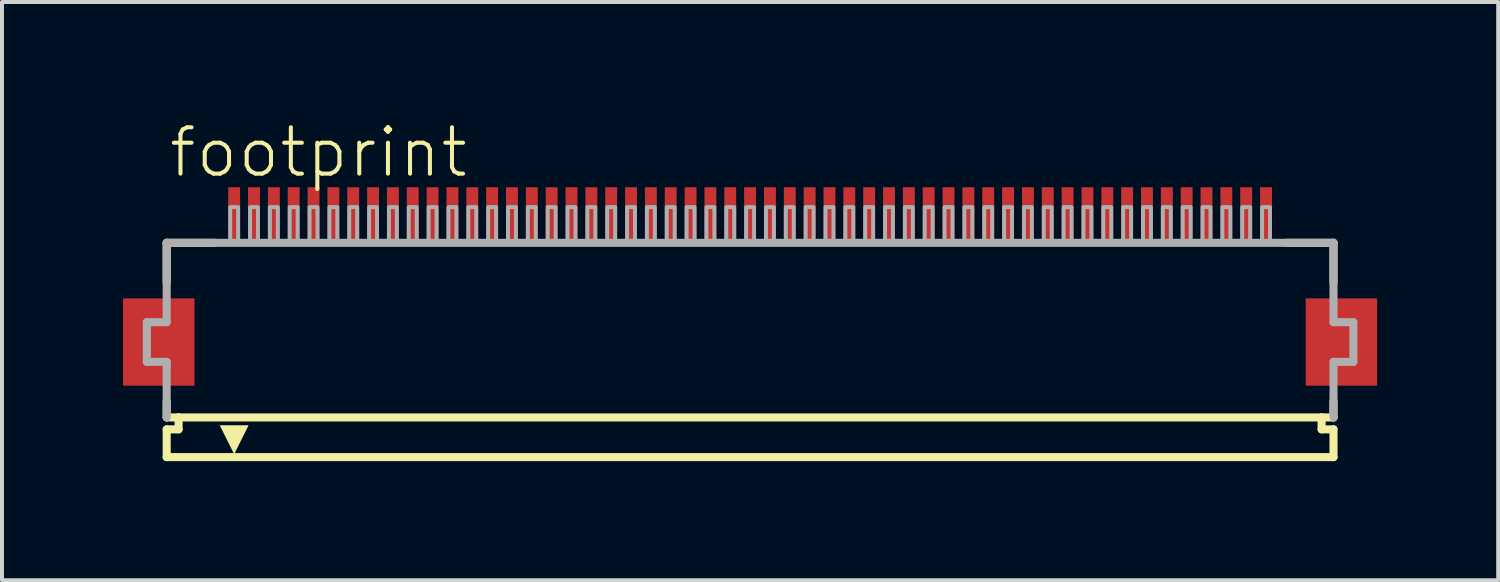
<source format=kicad_pcb>
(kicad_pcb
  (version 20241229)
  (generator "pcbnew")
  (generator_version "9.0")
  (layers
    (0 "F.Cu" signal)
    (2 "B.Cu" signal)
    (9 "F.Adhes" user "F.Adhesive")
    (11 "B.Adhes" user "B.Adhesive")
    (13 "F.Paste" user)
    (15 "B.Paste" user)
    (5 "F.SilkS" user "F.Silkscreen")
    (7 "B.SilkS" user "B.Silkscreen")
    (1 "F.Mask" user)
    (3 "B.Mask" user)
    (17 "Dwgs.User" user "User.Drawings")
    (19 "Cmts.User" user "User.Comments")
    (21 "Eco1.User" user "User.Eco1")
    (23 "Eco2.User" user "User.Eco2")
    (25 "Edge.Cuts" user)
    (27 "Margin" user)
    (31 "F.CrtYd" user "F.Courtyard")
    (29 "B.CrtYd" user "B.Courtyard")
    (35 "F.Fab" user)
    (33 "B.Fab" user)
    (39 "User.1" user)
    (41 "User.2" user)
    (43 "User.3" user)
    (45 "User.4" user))
  (footprint "footprint"
    (layer "F.Cu")
    (at 15.85 5.568)
    (property "Reference" "footprint" (at -14.698 -4.095 0) (layer "F.SilkS") (effects (font (size 1.168 1.168) (thickness 0.102)) (justify left bottom)))
    (fp_poly (pts (xy -14 -1.1) (xy -15.8 -1.1) (xy -15.8 1.1) (xy -14 1.1)) (stroke (width 0) (type solid)) (fill yes) (layer "F.Cu"))
    (fp_poly (pts (xy 15.8 -1.1) (xy 14 -1.1) (xy 14 1.1) (xy 15.8 1.1)) (stroke (width 0) (type solid)) (fill yes) (layer "F.Cu"))
    (fp_poly (pts (xy -13.95 -1.175) (xy -15.85 -1.175) (xy -15.85 1.175) (xy -13.95 1.175)) (stroke (width 0) (type solid)) (fill yes) (layer "F.Mask"))
    (fp_poly (pts (xy -13.2 -2.55) (xy -12.8 -2.55) (xy -12.8 -3.95) (xy -13.2 -3.95)) (stroke (width 0) (type solid)) (fill yes) (layer "F.Mask"))
    (fp_poly (pts (xy -12.7 -2.55) (xy -12.3 -2.55) (xy -12.3 -3.95) (xy -12.7 -3.95)) (stroke (width 0) (type solid)) (fill yes) (layer "F.Mask"))
    (fp_poly (pts (xy -12.2 -2.55) (xy -11.8 -2.55) (xy -11.8 -3.95) (xy -12.2 -3.95)) (stroke (width 0) (type solid)) (fill yes) (layer "F.Mask"))
    (fp_poly (pts (xy -11.7 -2.55) (xy -11.3 -2.55) (xy -11.3 -3.95) (xy -11.7 -3.95)) (stroke (width 0) (type solid)) (fill yes) (layer "F.Mask"))
    (fp_poly (pts (xy -11.2 -2.55) (xy -10.8 -2.55) (xy -10.8 -3.95) (xy -11.2 -3.95)) (stroke (width 0) (type solid)) (fill yes) (layer "F.Mask"))
    (fp_poly (pts (xy -10.7 -2.55) (xy -10.3 -2.55) (xy -10.3 -3.95) (xy -10.7 -3.95)) (stroke (width 0) (type solid)) (fill yes) (layer "F.Mask"))
    (fp_poly (pts (xy -10.2 -2.55) (xy -9.8 -2.55) (xy -9.8 -3.95) (xy -10.2 -3.95)) (stroke (width 0) (type solid)) (fill yes) (layer "F.Mask"))
    (fp_poly (pts (xy -9.7 -2.55) (xy -9.3 -2.55) (xy -9.3 -3.95) (xy -9.7 -3.95)) (stroke (width 0) (type solid)) (fill yes) (layer "F.Mask"))
    (fp_poly (pts (xy -9.2 -2.55) (xy -8.8 -2.55) (xy -8.8 -3.95) (xy -9.2 -3.95)) (stroke (width 0) (type solid)) (fill yes) (layer "F.Mask"))
    (fp_poly (pts (xy -8.7 -2.55) (xy -8.3 -2.55) (xy -8.3 -3.95) (xy -8.7 -3.95)) (stroke (width 0) (type solid)) (fill yes) (layer "F.Mask"))
    (fp_poly (pts (xy -8.2 -2.55) (xy -7.8 -2.55) (xy -7.8 -3.95) (xy -8.2 -3.95)) (stroke (width 0) (type solid)) (fill yes) (layer "F.Mask"))
    (fp_poly (pts (xy -7.7 -2.55) (xy -7.3 -2.55) (xy -7.3 -3.95) (xy -7.7 -3.95)) (stroke (width 0) (type solid)) (fill yes) (layer "F.Mask"))
    (fp_poly (pts (xy -7.2 -2.55) (xy -6.8 -2.55) (xy -6.8 -3.95) (xy -7.2 -3.95)) (stroke (width 0) (type solid)) (fill yes) (layer "F.Mask"))
    (fp_poly (pts (xy -6.7 -2.55) (xy -6.3 -2.55) (xy -6.3 -3.95) (xy -6.7 -3.95)) (stroke (width 0) (type solid)) (fill yes) (layer "F.Mask"))
    (fp_poly (pts (xy -6.2 -2.55) (xy -5.8 -2.55) (xy -5.8 -3.95) (xy -6.2 -3.95)) (stroke (width 0) (type solid)) (fill yes) (layer "F.Mask"))
    (fp_poly (pts (xy -5.7 -2.55) (xy -5.3 -2.55) (xy -5.3 -3.95) (xy -5.7 -3.95)) (stroke (width 0) (type solid)) (fill yes) (layer "F.Mask"))
    (fp_poly (pts (xy -5.2 -2.55) (xy -4.8 -2.55) (xy -4.8 -3.95) (xy -5.2 -3.95)) (stroke (width 0) (type solid)) (fill yes) (layer "F.Mask"))
    (fp_poly (pts (xy -4.7 -2.55) (xy -4.3 -2.55) (xy -4.3 -3.95) (xy -4.7 -3.95)) (stroke (width 0) (type solid)) (fill yes) (layer "F.Mask"))
    (fp_poly (pts (xy -4.2 -2.55) (xy -3.8 -2.55) (xy -3.8 -3.95) (xy -4.2 -3.95)) (stroke (width 0) (type solid)) (fill yes) (layer "F.Mask"))
    (fp_poly (pts (xy -3.7 -2.55) (xy -3.3 -2.55) (xy -3.3 -3.95) (xy -3.7 -3.95)) (stroke (width 0) (type solid)) (fill yes) (layer "F.Mask"))
    (fp_poly (pts (xy -3.2 -2.55) (xy -2.8 -2.55) (xy -2.8 -3.95) (xy -3.2 -3.95)) (stroke (width 0) (type solid)) (fill yes) (layer "F.Mask"))
    (fp_poly (pts (xy -2.7 -2.55) (xy -2.3 -2.55) (xy -2.3 -3.95) (xy -2.7 -3.95)) (stroke (width 0) (type solid)) (fill yes) (layer "F.Mask"))
    (fp_poly (pts (xy -2.2 -2.55) (xy -1.8 -2.55) (xy -1.8 -3.95) (xy -2.2 -3.95)) (stroke (width 0) (type solid)) (fill yes) (layer "F.Mask"))
    (fp_poly (pts (xy -1.7 -2.55) (xy -1.3 -2.55) (xy -1.3 -3.95) (xy -1.7 -3.95)) (stroke (width 0) (type solid)) (fill yes) (layer "F.Mask"))
    (fp_poly (pts (xy -1.2 -2.55) (xy -0.8 -2.55) (xy -0.8 -3.95) (xy -1.2 -3.95)) (stroke (width 0) (type solid)) (fill yes) (layer "F.Mask"))
    (fp_poly (pts (xy -0.7 -2.55) (xy -0.3 -2.55) (xy -0.3 -3.95) (xy -0.7 -3.95)) (stroke (width 0) (type solid)) (fill yes) (layer "F.Mask"))
    (fp_poly (pts (xy -0.2 -2.55) (xy 0.2 -2.55) (xy 0.2 -3.95) (xy -0.2 -3.95)) (stroke (width 0) (type solid)) (fill yes) (layer "F.Mask"))
    (fp_poly (pts (xy 0.3 -2.55) (xy 0.7 -2.55) (xy 0.7 -3.95) (xy 0.3 -3.95)) (stroke (width 0) (type solid)) (fill yes) (layer "F.Mask"))
    (fp_poly (pts (xy 0.8 -2.55) (xy 1.2 -2.55) (xy 1.2 -3.95) (xy 0.8 -3.95)) (stroke (width 0) (type solid)) (fill yes) (layer "F.Mask"))
    (fp_poly (pts (xy 1.3 -2.55) (xy 1.7 -2.55) (xy 1.7 -3.95) (xy 1.3 -3.95)) (stroke (width 0) (type solid)) (fill yes) (layer "F.Mask"))
    (fp_poly (pts (xy 1.8 -2.55) (xy 2.2 -2.55) (xy 2.2 -3.95) (xy 1.8 -3.95)) (stroke (width 0) (type solid)) (fill yes) (layer "F.Mask"))
    (fp_poly (pts (xy 2.3 -2.55) (xy 2.7 -2.55) (xy 2.7 -3.95) (xy 2.3 -3.95)) (stroke (width 0) (type solid)) (fill yes) (layer "F.Mask"))
    (fp_poly (pts (xy 2.8 -2.55) (xy 3.2 -2.55) (xy 3.2 -3.95) (xy 2.8 -3.95)) (stroke (width 0) (type solid)) (fill yes) (layer "F.Mask"))
    (fp_poly (pts (xy 3.3 -2.55) (xy 3.7 -2.55) (xy 3.7 -3.95) (xy 3.3 -3.95)) (stroke (width 0) (type solid)) (fill yes) (layer "F.Mask"))
    (fp_poly (pts (xy 3.8 -2.55) (xy 4.2 -2.55) (xy 4.2 -3.95) (xy 3.8 -3.95)) (stroke (width 0) (type solid)) (fill yes) (layer "F.Mask"))
    (fp_poly (pts (xy 4.3 -2.55) (xy 4.7 -2.55) (xy 4.7 -3.95) (xy 4.3 -3.95)) (stroke (width 0) (type solid)) (fill yes) (layer "F.Mask"))
    (fp_poly (pts (xy 4.8 -2.55) (xy 5.2 -2.55) (xy 5.2 -3.95) (xy 4.8 -3.95)) (stroke (width 0) (type solid)) (fill yes) (layer "F.Mask"))
    (fp_poly (pts (xy 5.3 -2.55) (xy 5.7 -2.55) (xy 5.7 -3.95) (xy 5.3 -3.95)) (stroke (width 0) (type solid)) (fill yes) (layer "F.Mask"))
    (fp_poly (pts (xy 5.8 -2.55) (xy 6.2 -2.55) (xy 6.2 -3.95) (xy 5.8 -3.95)) (stroke (width 0) (type solid)) (fill yes) (layer "F.Mask"))
    (fp_poly (pts (xy 6.3 -2.55) (xy 6.7 -2.55) (xy 6.7 -3.95) (xy 6.3 -3.95)) (stroke (width 0) (type solid)) (fill yes) (layer "F.Mask"))
    (fp_poly (pts (xy 6.8 -2.55) (xy 7.2 -2.55) (xy 7.2 -3.95) (xy 6.8 -3.95)) (stroke (width 0) (type solid)) (fill yes) (layer "F.Mask"))
    (fp_poly (pts (xy 7.3 -2.55) (xy 7.7 -2.55) (xy 7.7 -3.95) (xy 7.3 -3.95)) (stroke (width 0) (type solid)) (fill yes) (layer "F.Mask"))
    (fp_poly (pts (xy 7.8 -2.55) (xy 8.2 -2.55) (xy 8.2 -3.95) (xy 7.8 -3.95)) (stroke (width 0) (type solid)) (fill yes) (layer "F.Mask"))
    (fp_poly (pts (xy 8.3 -2.55) (xy 8.7 -2.55) (xy 8.7 -3.95) (xy 8.3 -3.95)) (stroke (width 0) (type solid)) (fill yes) (layer "F.Mask"))
    (fp_poly (pts (xy 8.8 -2.55) (xy 9.2 -2.55) (xy 9.2 -3.95) (xy 8.8 -3.95)) (stroke (width 0) (type solid)) (fill yes) (layer "F.Mask"))
    (fp_poly (pts (xy 9.3 -2.55) (xy 9.7 -2.55) (xy 9.7 -3.95) (xy 9.3 -3.95)) (stroke (width 0) (type solid)) (fill yes) (layer "F.Mask"))
    (fp_poly (pts (xy 9.8 -2.55) (xy 10.2 -2.55) (xy 10.2 -3.95) (xy 9.8 -3.95)) (stroke (width 0) (type solid)) (fill yes) (layer "F.Mask"))
    (fp_poly (pts (xy 10.3 -2.55) (xy 10.7 -2.55) (xy 10.7 -3.95) (xy 10.3 -3.95)) (stroke (width 0) (type solid)) (fill yes) (layer "F.Mask"))
    (fp_poly (pts (xy 10.8 -2.55) (xy 11.2 -2.55) (xy 11.2 -3.95) (xy 10.8 -3.95)) (stroke (width 0) (type solid)) (fill yes) (layer "F.Mask"))
    (fp_poly (pts (xy 11.3 -2.55) (xy 11.7 -2.55) (xy 11.7 -3.95) (xy 11.3 -3.95)) (stroke (width 0) (type solid)) (fill yes) (layer "F.Mask"))
    (fp_poly (pts (xy 11.8 -2.55) (xy 12.2 -2.55) (xy 12.2 -3.95) (xy 11.8 -3.95)) (stroke (width 0) (type solid)) (fill yes) (layer "F.Mask"))
    (fp_poly (pts (xy 12.3 -2.55) (xy 12.7 -2.55) (xy 12.7 -3.95) (xy 12.3 -3.95)) (stroke (width 0) (type solid)) (fill yes) (layer "F.Mask"))
    (fp_poly (pts (xy 12.8 -2.55) (xy 13.2 -2.55) (xy 13.2 -3.95) (xy 12.8 -3.95)) (stroke (width 0) (type solid)) (fill yes) (layer "F.Mask"))
    (fp_poly (pts (xy 15.85 -1.175) (xy 13.95 -1.175) (xy 13.95 1.175) (xy 15.85 1.175)) (stroke (width 0) (type solid)) (fill yes) (layer "F.Mask"))
    (fp_line (start -14.7 -2.5) (end -14.7 -1.5) (stroke (width 0.203) (type solid)) (layer "F.SilkS"))
    (fp_line (start -14.7 1.5) (end -14.7 1.9) (stroke (width 0.203) (type solid)) (layer "F.SilkS"))
    (fp_line (start -14.7 1.9) (end -14.4 1.9) (stroke (width 0.203) (type solid)) (layer "F.SilkS"))
    (fp_line (start -14.7 2.2) (end -14.7 2.9) (stroke (width 0.203) (type solid)) (layer "F.SilkS"))
    (fp_line (start -14.4 1.9) (end -14.4 2.2) (stroke (width 0.203) (type solid)) (layer "F.SilkS"))
    (fp_line (start -14.4 2.2) (end -14.7 2.2) (stroke (width 0.203) (type solid)) (layer "F.SilkS"))
    (fp_line (start -13.5 -2.5) (end -14.7 -2.5) (stroke (width 0.203) (type solid)) (layer "F.SilkS"))
    (fp_line (start 14.4 1.9) (end -14.4 1.9) (stroke (width 0.203) (type solid)) (layer "F.SilkS"))
    (fp_line (start 14.4 1.9) (end 14.7 1.9) (stroke (width 0.203) (type solid)) (layer "F.SilkS"))
    (fp_line (start 14.4 2.2) (end 14.4 1.9) (stroke (width 0.203) (type solid)) (layer "F.SilkS"))
    (fp_line (start 14.7 -2.5) (end 13.5 -2.5) (stroke (width 0.203) (type solid)) (layer "F.SilkS"))
    (fp_line (start 14.7 -1.5) (end 14.7 -2.5) (stroke (width 0.203) (type solid)) (layer "F.SilkS"))
    (fp_line (start 14.7 1.9) (end 14.7 1.5) (stroke (width 0.203) (type solid)) (layer "F.SilkS"))
    (fp_line (start 14.7 2.2) (end 14.4 2.2) (stroke (width 0.203) (type solid)) (layer "F.SilkS"))
    (fp_line (start 14.7 2.9) (end -14.7 2.9) (stroke (width 0.203) (type solid)) (layer "F.SilkS"))
    (fp_line (start 14.7 2.9) (end 14.7 2.2) (stroke (width 0.203) (type solid)) (layer "F.SilkS"))
    (fp_poly (pts (xy -13 2.827) (xy -13.364 2.098) (xy -12.636 2.098)) (stroke (width 0) (type solid)) (fill yes) (layer "F.SilkS"))
    (fp_poly (pts (xy -14.075 -1.025) (xy -15.725 -1.025) (xy -15.725 1.025) (xy -14.075 1.025)) (stroke (width 0) (type solid)) (fill yes) (layer "F.Paste"))
    (fp_poly (pts (xy -13.125 -2.625) (xy -12.875 -2.625) (xy -12.875 -3.875) (xy -13.125 -3.875)) (stroke (width 0) (type solid)) (fill yes) (layer "F.Paste"))
    (fp_poly (pts (xy -12.625 -2.625) (xy -12.375 -2.625) (xy -12.375 -3.875) (xy -12.625 -3.875)) (stroke (width 0) (type solid)) (fill yes) (layer "F.Paste"))
    (fp_poly (pts (xy -12.125 -2.625) (xy -11.875 -2.625) (xy -11.875 -3.875) (xy -12.125 -3.875)) (stroke (width 0) (type solid)) (fill yes) (layer "F.Paste"))
    (fp_poly (pts (xy -11.625 -2.625) (xy -11.375 -2.625) (xy -11.375 -3.875) (xy -11.625 -3.875)) (stroke (width 0) (type solid)) (fill yes) (layer "F.Paste"))
    (fp_poly (pts (xy -11.125 -2.625) (xy -10.875 -2.625) (xy -10.875 -3.875) (xy -11.125 -3.875)) (stroke (width 0) (type solid)) (fill yes) (layer "F.Paste"))
    (fp_poly (pts (xy -10.625 -2.625) (xy -10.375 -2.625) (xy -10.375 -3.875) (xy -10.625 -3.875)) (stroke (width 0) (type solid)) (fill yes) (layer "F.Paste"))
    (fp_poly (pts (xy -10.125 -2.625) (xy -9.875 -2.625) (xy -9.875 -3.875) (xy -10.125 -3.875)) (stroke (width 0) (type solid)) (fill yes) (layer "F.Paste"))
    (fp_poly (pts (xy -9.625 -2.625) (xy -9.375 -2.625) (xy -9.375 -3.875) (xy -9.625 -3.875)) (stroke (width 0) (type solid)) (fill yes) (layer "F.Paste"))
    (fp_poly (pts (xy -9.125 -2.625) (xy -8.875 -2.625) (xy -8.875 -3.875) (xy -9.125 -3.875)) (stroke (width 0) (type solid)) (fill yes) (layer "F.Paste"))
    (fp_poly (pts (xy -8.625 -2.625) (xy -8.375 -2.625) (xy -8.375 -3.875) (xy -8.625 -3.875)) (stroke (width 0) (type solid)) (fill yes) (layer "F.Paste"))
    (fp_poly (pts (xy -8.125 -2.625) (xy -7.875 -2.625) (xy -7.875 -3.875) (xy -8.125 -3.875)) (stroke (width 0) (type solid)) (fill yes) (layer "F.Paste"))
    (fp_poly (pts (xy -7.625 -2.625) (xy -7.375 -2.625) (xy -7.375 -3.875) (xy -7.625 -3.875)) (stroke (width 0) (type solid)) (fill yes) (layer "F.Paste"))
    (fp_poly (pts (xy -7.125 -2.625) (xy -6.875 -2.625) (xy -6.875 -3.875) (xy -7.125 -3.875)) (stroke (width 0) (type solid)) (fill yes) (layer "F.Paste"))
    (fp_poly (pts (xy -6.625 -2.625) (xy -6.375 -2.625) (xy -6.375 -3.875) (xy -6.625 -3.875)) (stroke (width 0) (type solid)) (fill yes) (layer "F.Paste"))
    (fp_poly (pts (xy -6.125 -2.625) (xy -5.875 -2.625) (xy -5.875 -3.875) (xy -6.125 -3.875)) (stroke (width 0) (type solid)) (fill yes) (layer "F.Paste"))
    (fp_poly (pts (xy -5.625 -2.625) (xy -5.375 -2.625) (xy -5.375 -3.875) (xy -5.625 -3.875)) (stroke (width 0) (type solid)) (fill yes) (layer "F.Paste"))
    (fp_poly (pts (xy -5.125 -2.625) (xy -4.875 -2.625) (xy -4.875 -3.875) (xy -5.125 -3.875)) (stroke (width 0) (type solid)) (fill yes) (layer "F.Paste"))
    (fp_poly (pts (xy -4.625 -2.625) (xy -4.375 -2.625) (xy -4.375 -3.875) (xy -4.625 -3.875)) (stroke (width 0) (type solid)) (fill yes) (layer "F.Paste"))
    (fp_poly (pts (xy -4.125 -2.625) (xy -3.875 -2.625) (xy -3.875 -3.875) (xy -4.125 -3.875)) (stroke (width 0) (type solid)) (fill yes) (layer "F.Paste"))
    (fp_poly (pts (xy -3.625 -2.625) (xy -3.375 -2.625) (xy -3.375 -3.875) (xy -3.625 -3.875)) (stroke (width 0) (type solid)) (fill yes) (layer "F.Paste"))
    (fp_poly (pts (xy -3.125 -2.625) (xy -2.875 -2.625) (xy -2.875 -3.875) (xy -3.125 -3.875)) (stroke (width 0) (type solid)) (fill yes) (layer "F.Paste"))
    (fp_poly (pts (xy -2.625 -2.625) (xy -2.375 -2.625) (xy -2.375 -3.875) (xy -2.625 -3.875)) (stroke (width 0) (type solid)) (fill yes) (layer "F.Paste"))
    (fp_poly (pts (xy -2.125 -2.625) (xy -1.875 -2.625) (xy -1.875 -3.875) (xy -2.125 -3.875)) (stroke (width 0) (type solid)) (fill yes) (layer "F.Paste"))
    (fp_poly (pts (xy -1.625 -2.625) (xy -1.375 -2.625) (xy -1.375 -3.875) (xy -1.625 -3.875)) (stroke (width 0) (type solid)) (fill yes) (layer "F.Paste"))
    (fp_poly (pts (xy -1.125 -2.625) (xy -0.875 -2.625) (xy -0.875 -3.875) (xy -1.125 -3.875)) (stroke (width 0) (type solid)) (fill yes) (layer "F.Paste"))
    (fp_poly (pts (xy -0.625 -2.625) (xy -0.375 -2.625) (xy -0.375 -3.875) (xy -0.625 -3.875)) (stroke (width 0) (type solid)) (fill yes) (layer "F.Paste"))
    (fp_poly (pts (xy -0.125 -2.625) (xy 0.125 -2.625) (xy 0.125 -3.875) (xy -0.125 -3.875)) (stroke (width 0) (type solid)) (fill yes) (layer "F.Paste"))
    (fp_poly (pts (xy 0.375 -2.625) (xy 0.625 -2.625) (xy 0.625 -3.875) (xy 0.375 -3.875)) (stroke (width 0) (type solid)) (fill yes) (layer "F.Paste"))
    (fp_poly (pts (xy 0.875 -2.625) (xy 1.125 -2.625) (xy 1.125 -3.875) (xy 0.875 -3.875)) (stroke (width 0) (type solid)) (fill yes) (layer "F.Paste"))
    (fp_poly (pts (xy 1.375 -2.625) (xy 1.625 -2.625) (xy 1.625 -3.875) (xy 1.375 -3.875)) (stroke (width 0) (type solid)) (fill yes) (layer "F.Paste"))
    (fp_poly (pts (xy 1.875 -2.625) (xy 2.125 -2.625) (xy 2.125 -3.875) (xy 1.875 -3.875)) (stroke (width 0) (type solid)) (fill yes) (layer "F.Paste"))
    (fp_poly (pts (xy 2.375 -2.625) (xy 2.625 -2.625) (xy 2.625 -3.875) (xy 2.375 -3.875)) (stroke (width 0) (type solid)) (fill yes) (layer "F.Paste"))
    (fp_poly (pts (xy 2.875 -2.625) (xy 3.125 -2.625) (xy 3.125 -3.875) (xy 2.875 -3.875)) (stroke (width 0) (type solid)) (fill yes) (layer "F.Paste"))
    (fp_poly (pts (xy 3.375 -2.625) (xy 3.625 -2.625) (xy 3.625 -3.875) (xy 3.375 -3.875)) (stroke (width 0) (type solid)) (fill yes) (layer "F.Paste"))
    (fp_poly (pts (xy 3.875 -2.625) (xy 4.125 -2.625) (xy 4.125 -3.875) (xy 3.875 -3.875)) (stroke (width 0) (type solid)) (fill yes) (layer "F.Paste"))
    (fp_poly (pts (xy 4.375 -2.625) (xy 4.625 -2.625) (xy 4.625 -3.875) (xy 4.375 -3.875)) (stroke (width 0) (type solid)) (fill yes) (layer "F.Paste"))
    (fp_poly (pts (xy 4.875 -2.625) (xy 5.125 -2.625) (xy 5.125 -3.875) (xy 4.875 -3.875)) (stroke (width 0) (type solid)) (fill yes) (layer "F.Paste"))
    (fp_poly (pts (xy 5.375 -2.625) (xy 5.625 -2.625) (xy 5.625 -3.875) (xy 5.375 -3.875)) (stroke (width 0) (type solid)) (fill yes) (layer "F.Paste"))
    (fp_poly (pts (xy 5.875 -2.625) (xy 6.125 -2.625) (xy 6.125 -3.875) (xy 5.875 -3.875)) (stroke (width 0) (type solid)) (fill yes) (layer "F.Paste"))
    (fp_poly (pts (xy 6.375 -2.625) (xy 6.625 -2.625) (xy 6.625 -3.875) (xy 6.375 -3.875)) (stroke (width 0) (type solid)) (fill yes) (layer "F.Paste"))
    (fp_poly (pts (xy 6.875 -2.625) (xy 7.125 -2.625) (xy 7.125 -3.875) (xy 6.875 -3.875)) (stroke (width 0) (type solid)) (fill yes) (layer "F.Paste"))
    (fp_poly (pts (xy 7.375 -2.625) (xy 7.625 -2.625) (xy 7.625 -3.875) (xy 7.375 -3.875)) (stroke (width 0) (type solid)) (fill yes) (layer "F.Paste"))
    (fp_poly (pts (xy 7.875 -2.625) (xy 8.125 -2.625) (xy 8.125 -3.875) (xy 7.875 -3.875)) (stroke (width 0) (type solid)) (fill yes) (layer "F.Paste"))
    (fp_poly (pts (xy 8.375 -2.625) (xy 8.625 -2.625) (xy 8.625 -3.875) (xy 8.375 -3.875)) (stroke (width 0) (type solid)) (fill yes) (layer "F.Paste"))
    (fp_poly (pts (xy 8.875 -2.625) (xy 9.125 -2.625) (xy 9.125 -3.875) (xy 8.875 -3.875)) (stroke (width 0) (type solid)) (fill yes) (layer "F.Paste"))
    (fp_poly (pts (xy 9.375 -2.625) (xy 9.625 -2.625) (xy 9.625 -3.875) (xy 9.375 -3.875)) (stroke (width 0) (type solid)) (fill yes) (layer "F.Paste"))
    (fp_poly (pts (xy 9.875 -2.625) (xy 10.125 -2.625) (xy 10.125 -3.875) (xy 9.875 -3.875)) (stroke (width 0) (type solid)) (fill yes) (layer "F.Paste"))
    (fp_poly (pts (xy 10.375 -2.625) (xy 10.625 -2.625) (xy 10.625 -3.875) (xy 10.375 -3.875)) (stroke (width 0) (type solid)) (fill yes) (layer "F.Paste"))
    (fp_poly (pts (xy 10.875 -2.625) (xy 11.125 -2.625) (xy 11.125 -3.875) (xy 10.875 -3.875)) (stroke (width 0) (type solid)) (fill yes) (layer "F.Paste"))
    (fp_poly (pts (xy 11.375 -2.625) (xy 11.625 -2.625) (xy 11.625 -3.875) (xy 11.375 -3.875)) (stroke (width 0) (type solid)) (fill yes) (layer "F.Paste"))
    (fp_poly (pts (xy 11.875 -2.625) (xy 12.125 -2.625) (xy 12.125 -3.875) (xy 11.875 -3.875)) (stroke (width 0) (type solid)) (fill yes) (layer "F.Paste"))
    (fp_poly (pts (xy 12.375 -2.625) (xy 12.625 -2.625) (xy 12.625 -3.875) (xy 12.375 -3.875)) (stroke (width 0) (type solid)) (fill yes) (layer "F.Paste"))
    (fp_poly (pts (xy 12.875 -2.625) (xy 13.125 -2.625) (xy 13.125 -3.875) (xy 12.875 -3.875)) (stroke (width 0) (type solid)) (fill yes) (layer "F.Paste"))
    (fp_poly (pts (xy 15.725 -1.025) (xy 14.075 -1.025) (xy 14.075 1.025) (xy 15.725 1.025)) (stroke (width 0) (type solid)) (fill yes) (layer "F.Paste"))
    (fp_line (start -15.2 -0.5) (end -15.2 0.5) (stroke (width 0.203) (type solid)) (layer "F.Fab"))
    (fp_line (start -15.2 0.5) (end -14.7 0.5) (stroke (width 0.203) (type solid)) (layer "F.Fab"))
    (fp_line (start -14.7 -2.5) (end -14.7 -0.5) (stroke (width 0.203) (type solid)) (layer "F.Fab"))
    (fp_line (start -14.7 -0.5) (end -15.2 -0.5) (stroke (width 0.203) (type solid)) (layer "F.Fab"))
    (fp_line (start -14.7 0.5) (end -14.7 1.9) (stroke (width 0.203) (type solid)) (layer "F.Fab"))
    (fp_line (start 14.7 -2.5) (end -14.7 -2.5) (stroke (width 0.203) (type solid)) (layer "F.Fab"))
    (fp_line (start 14.7 -0.5) (end 14.7 -2.5) (stroke (width 0.203) (type solid)) (layer "F.Fab"))
    (fp_line (start 14.7 0.5) (end 15.2 0.5) (stroke (width 0.203) (type solid)) (layer "F.Fab"))
    (fp_line (start 14.7 1.9) (end 14.7 0.5) (stroke (width 0.203) (type solid)) (layer "F.Fab"))
    (fp_line (start 15.2 -0.5) (end 14.7 -0.5) (stroke (width 0.203) (type solid)) (layer "F.Fab"))
    (fp_line (start 15.2 0.5) (end 15.2 -0.5) (stroke (width 0.203) (type solid)) (layer "F.Fab"))
    (fp_poly (pts (xy -13.1 -2.55) (xy -12.9 -2.55) (xy -12.9 -3.4) (xy -13.1 -3.4)) (stroke (width 0.1) (type solid)) (fill no) (layer "F.Fab"))
    (fp_poly (pts (xy -12.6 -2.55) (xy -12.4 -2.55) (xy -12.4 -3.4) (xy -12.6 -3.4)) (stroke (width 0.1) (type solid)) (fill no) (layer "F.Fab"))
    (fp_poly (pts (xy -12.1 -2.55) (xy -11.9 -2.55) (xy -11.9 -3.4) (xy -12.1 -3.4)) (stroke (width 0.1) (type solid)) (fill no) (layer "F.Fab"))
    (fp_poly (pts (xy -11.6 -2.55) (xy -11.4 -2.55) (xy -11.4 -3.4) (xy -11.6 -3.4)) (stroke (width 0.1) (type solid)) (fill no) (layer "F.Fab"))
    (fp_poly (pts (xy -11.1 -2.55) (xy -10.9 -2.55) (xy -10.9 -3.4) (xy -11.1 -3.4)) (stroke (width 0.1) (type solid)) (fill no) (layer "F.Fab"))
    (fp_poly (pts (xy -10.6 -2.55) (xy -10.4 -2.55) (xy -10.4 -3.4) (xy -10.6 -3.4)) (stroke (width 0.1) (type solid)) (fill no) (layer "F.Fab"))
    (fp_poly (pts (xy -10.1 -2.55) (xy -9.9 -2.55) (xy -9.9 -3.4) (xy -10.1 -3.4)) (stroke (width 0.1) (type solid)) (fill no) (layer "F.Fab"))
    (fp_poly (pts (xy -9.6 -2.55) (xy -9.4 -2.55) (xy -9.4 -3.4) (xy -9.6 -3.4)) (stroke (width 0.1) (type solid)) (fill no) (layer "F.Fab"))
    (fp_poly (pts (xy -9.1 -2.55) (xy -8.9 -2.55) (xy -8.9 -3.4) (xy -9.1 -3.4)) (stroke (width 0.1) (type solid)) (fill no) (layer "F.Fab"))
    (fp_poly (pts (xy -8.6 -2.55) (xy -8.4 -2.55) (xy -8.4 -3.4) (xy -8.6 -3.4)) (stroke (width 0.1) (type solid)) (fill no) (layer "F.Fab"))
    (fp_poly (pts (xy -8.1 -2.55) (xy -7.9 -2.55) (xy -7.9 -3.4) (xy -8.1 -3.4)) (stroke (width 0.1) (type solid)) (fill no) (layer "F.Fab"))
    (fp_poly (pts (xy -7.6 -2.55) (xy -7.4 -2.55) (xy -7.4 -3.4) (xy -7.6 -3.4)) (stroke (width 0.1) (type solid)) (fill no) (layer "F.Fab"))
    (fp_poly (pts (xy -7.1 -2.55) (xy -6.9 -2.55) (xy -6.9 -3.4) (xy -7.1 -3.4)) (stroke (width 0.1) (type solid)) (fill no) (layer "F.Fab"))
    (fp_poly (pts (xy -6.6 -2.55) (xy -6.4 -2.55) (xy -6.4 -3.4) (xy -6.6 -3.4)) (stroke (width 0.1) (type solid)) (fill no) (layer "F.Fab"))
    (fp_poly (pts (xy -6.1 -2.55) (xy -5.9 -2.55) (xy -5.9 -3.4) (xy -6.1 -3.4)) (stroke (width 0.1) (type solid)) (fill no) (layer "F.Fab"))
    (fp_poly (pts (xy -5.6 -2.55) (xy -5.4 -2.55) (xy -5.4 -3.4) (xy -5.6 -3.4)) (stroke (width 0.1) (type solid)) (fill no) (layer "F.Fab"))
    (fp_poly (pts (xy -5.1 -2.55) (xy -4.9 -2.55) (xy -4.9 -3.4) (xy -5.1 -3.4)) (stroke (width 0.1) (type solid)) (fill no) (layer "F.Fab"))
    (fp_poly (pts (xy -4.6 -2.55) (xy -4.4 -2.55) (xy -4.4 -3.4) (xy -4.6 -3.4)) (stroke (width 0.1) (type solid)) (fill no) (layer "F.Fab"))
    (fp_poly (pts (xy -4.1 -2.55) (xy -3.9 -2.55) (xy -3.9 -3.4) (xy -4.1 -3.4)) (stroke (width 0.1) (type solid)) (fill no) (layer "F.Fab"))
    (fp_poly (pts (xy -3.6 -2.55) (xy -3.4 -2.55) (xy -3.4 -3.4) (xy -3.6 -3.4)) (stroke (width 0.1) (type solid)) (fill no) (layer "F.Fab"))
    (fp_poly (pts (xy -3.1 -2.55) (xy -2.9 -2.55) (xy -2.9 -3.4) (xy -3.1 -3.4)) (stroke (width 0.1) (type solid)) (fill no) (layer "F.Fab"))
    (fp_poly (pts (xy -2.6 -2.55) (xy -2.4 -2.55) (xy -2.4 -3.4) (xy -2.6 -3.4)) (stroke (width 0.1) (type solid)) (fill no) (layer "F.Fab"))
    (fp_poly (pts (xy -2.1 -2.55) (xy -1.9 -2.55) (xy -1.9 -3.4) (xy -2.1 -3.4)) (stroke (width 0.1) (type solid)) (fill no) (layer "F.Fab"))
    (fp_poly (pts (xy -1.6 -2.55) (xy -1.4 -2.55) (xy -1.4 -3.4) (xy -1.6 -3.4)) (stroke (width 0.1) (type solid)) (fill no) (layer "F.Fab"))
    (fp_poly (pts (xy -1.1 -2.55) (xy -0.9 -2.55) (xy -0.9 -3.4) (xy -1.1 -3.4)) (stroke (width 0.1) (type solid)) (fill no) (layer "F.Fab"))
    (fp_poly (pts (xy -0.6 -2.55) (xy -0.4 -2.55) (xy -0.4 -3.4) (xy -0.6 -3.4)) (stroke (width 0.1) (type solid)) (fill no) (layer "F.Fab"))
    (fp_poly (pts (xy -0.1 -2.55) (xy 0.1 -2.55) (xy 0.1 -3.4) (xy -0.1 -3.4)) (stroke (width 0.1) (type solid)) (fill no) (layer "F.Fab"))
    (fp_poly (pts (xy 0.4 -2.55) (xy 0.6 -2.55) (xy 0.6 -3.4) (xy 0.4 -3.4)) (stroke (width 0.1) (type solid)) (fill no) (layer "F.Fab"))
    (fp_poly (pts (xy 0.9 -2.55) (xy 1.1 -2.55) (xy 1.1 -3.4) (xy 0.9 -3.4)) (stroke (width 0.1) (type solid)) (fill no) (layer "F.Fab"))
    (fp_poly (pts (xy 1.4 -2.55) (xy 1.6 -2.55) (xy 1.6 -3.4) (xy 1.4 -3.4)) (stroke (width 0.1) (type solid)) (fill no) (layer "F.Fab"))
    (fp_poly (pts (xy 1.9 -2.55) (xy 2.1 -2.55) (xy 2.1 -3.4) (xy 1.9 -3.4)) (stroke (width 0.1) (type solid)) (fill no) (layer "F.Fab"))
    (fp_poly (pts (xy 2.4 -2.55) (xy 2.6 -2.55) (xy 2.6 -3.4) (xy 2.4 -3.4)) (stroke (width 0.1) (type solid)) (fill no) (layer "F.Fab"))
    (fp_poly (pts (xy 2.9 -2.55) (xy 3.1 -2.55) (xy 3.1 -3.4) (xy 2.9 -3.4)) (stroke (width 0.1) (type solid)) (fill no) (layer "F.Fab"))
    (fp_poly (pts (xy 3.4 -2.55) (xy 3.6 -2.55) (xy 3.6 -3.4) (xy 3.4 -3.4)) (stroke (width 0.1) (type solid)) (fill no) (layer "F.Fab"))
    (fp_poly (pts (xy 3.9 -2.55) (xy 4.1 -2.55) (xy 4.1 -3.4) (xy 3.9 -3.4)) (stroke (width 0.1) (type solid)) (fill no) (layer "F.Fab"))
    (fp_poly (pts (xy 4.4 -2.55) (xy 4.6 -2.55) (xy 4.6 -3.4) (xy 4.4 -3.4)) (stroke (width 0.1) (type solid)) (fill no) (layer "F.Fab"))
    (fp_poly (pts (xy 4.9 -2.55) (xy 5.1 -2.55) (xy 5.1 -3.4) (xy 4.9 -3.4)) (stroke (width 0.1) (type solid)) (fill no) (layer "F.Fab"))
    (fp_poly (pts (xy 5.4 -2.55) (xy 5.6 -2.55) (xy 5.6 -3.4) (xy 5.4 -3.4)) (stroke (width 0.1) (type solid)) (fill no) (layer "F.Fab"))
    (fp_poly (pts (xy 5.9 -2.55) (xy 6.1 -2.55) (xy 6.1 -3.4) (xy 5.9 -3.4)) (stroke (width 0.1) (type solid)) (fill no) (layer "F.Fab"))
    (fp_poly (pts (xy 6.4 -2.55) (xy 6.6 -2.55) (xy 6.6 -3.4) (xy 6.4 -3.4)) (stroke (width 0.1) (type solid)) (fill no) (layer "F.Fab"))
    (fp_poly (pts (xy 6.9 -2.55) (xy 7.1 -2.55) (xy 7.1 -3.4) (xy 6.9 -3.4)) (stroke (width 0.1) (type solid)) (fill no) (layer "F.Fab"))
    (fp_poly (pts (xy 7.4 -2.55) (xy 7.6 -2.55) (xy 7.6 -3.4) (xy 7.4 -3.4)) (stroke (width 0.1) (type solid)) (fill no) (layer "F.Fab"))
    (fp_poly (pts (xy 7.9 -2.55) (xy 8.1 -2.55) (xy 8.1 -3.4) (xy 7.9 -3.4)) (stroke (width 0.1) (type solid)) (fill no) (layer "F.Fab"))
    (fp_poly (pts (xy 8.4 -2.55) (xy 8.6 -2.55) (xy 8.6 -3.4) (xy 8.4 -3.4)) (stroke (width 0.1) (type solid)) (fill no) (layer "F.Fab"))
    (fp_poly (pts (xy 8.9 -2.55) (xy 9.1 -2.55) (xy 9.1 -3.4) (xy 8.9 -3.4)) (stroke (width 0.1) (type solid)) (fill no) (layer "F.Fab"))
    (fp_poly (pts (xy 9.4 -2.55) (xy 9.6 -2.55) (xy 9.6 -3.4) (xy 9.4 -3.4)) (stroke (width 0.1) (type solid)) (fill no) (layer "F.Fab"))
    (fp_poly (pts (xy 9.9 -2.55) (xy 10.1 -2.55) (xy 10.1 -3.4) (xy 9.9 -3.4)) (stroke (width 0.1) (type solid)) (fill no) (layer "F.Fab"))
    (fp_poly (pts (xy 10.4 -2.55) (xy 10.6 -2.55) (xy 10.6 -3.4) (xy 10.4 -3.4)) (stroke (width 0.1) (type solid)) (fill no) (layer "F.Fab"))
    (fp_poly (pts (xy 10.9 -2.55) (xy 11.1 -2.55) (xy 11.1 -3.4) (xy 10.9 -3.4)) (stroke (width 0.1) (type solid)) (fill no) (layer "F.Fab"))
    (fp_poly (pts (xy 11.4 -2.55) (xy 11.6 -2.55) (xy 11.6 -3.4) (xy 11.4 -3.4)) (stroke (width 0.1) (type solid)) (fill no) (layer "F.Fab"))
    (fp_poly (pts (xy 11.9 -2.55) (xy 12.1 -2.55) (xy 12.1 -3.4) (xy 11.9 -3.4)) (stroke (width 0.1) (type solid)) (fill no) (layer "F.Fab"))
    (fp_poly (pts (xy 12.4 -2.55) (xy 12.6 -2.55) (xy 12.6 -3.4) (xy 12.4 -3.4)) (stroke (width 0.1) (type solid)) (fill no) (layer "F.Fab"))
    (fp_poly (pts (xy 12.9 -2.55) (xy 13.1 -2.55) (xy 13.1 -3.4) (xy 12.9 -3.4)) (stroke (width 0.1) (type solid)) (fill no) (layer "F.Fab"))
    (pad "1" smd rect (at -13 -3.25) (size 0.3 1.3) (layers "F.Cu"))
    (pad "2" smd rect (at -12.5 -3.25) (size 0.3 1.3) (layers "F.Cu"))
    (pad "3" smd rect (at -12 -3.25) (size 0.3 1.3) (layers "F.Cu"))
    (pad "4" smd rect (at -11.5 -3.25) (size 0.3 1.3) (layers "F.Cu"))
    (pad "5" smd rect (at -11 -3.25) (size 0.3 1.3) (layers "F.Cu"))
    (pad "6" smd rect (at -10.5 -3.25) (size 0.3 1.3) (layers "F.Cu"))
    (pad "7" smd rect (at -10 -3.25) (size 0.3 1.3) (layers "F.Cu"))
    (pad "8" smd rect (at -9.5 -3.25) (size 0.3 1.3) (layers "F.Cu"))
    (pad "9" smd rect (at -9 -3.25) (size 0.3 1.3) (layers "F.Cu"))
    (pad "10" smd rect (at -8.5 -3.25) (size 0.3 1.3) (layers "F.Cu"))
    (pad "11" smd rect (at -8 -3.25) (size 0.3 1.3) (layers "F.Cu"))
    (pad "12" smd rect (at -7.5 -3.25) (size 0.3 1.3) (layers "F.Cu"))
    (pad "13" smd rect (at -7 -3.25) (size 0.3 1.3) (layers "F.Cu"))
    (pad "14" smd rect (at -6.5 -3.25) (size 0.3 1.3) (layers "F.Cu"))
    (pad "15" smd rect (at -6 -3.25) (size 0.3 1.3) (layers "F.Cu"))
    (pad "16" smd rect (at -5.5 -3.25) (size 0.3 1.3) (layers "F.Cu"))
    (pad "17" smd rect (at -5 -3.25) (size 0.3 1.3) (layers "F.Cu"))
    (pad "18" smd rect (at -4.5 -3.25) (size 0.3 1.3) (layers "F.Cu"))
    (pad "19" smd rect (at -4 -3.25) (size 0.3 1.3) (layers "F.Cu"))
    (pad "20" smd rect (at -3.5 -3.25) (size 0.3 1.3) (layers "F.Cu"))
    (pad "21" smd rect (at -3 -3.25) (size 0.3 1.3) (layers "F.Cu"))
    (pad "22" smd rect (at -2.5 -3.25) (size 0.3 1.3) (layers "F.Cu"))
    (pad "23" smd rect (at -2 -3.25) (size 0.3 1.3) (layers "F.Cu"))
    (pad "24" smd rect (at -1.5 -3.25) (size 0.3 1.3) (layers "F.Cu"))
    (pad "25" smd rect (at -1 -3.25) (size 0.3 1.3) (layers "F.Cu"))
    (pad "26" smd rect (at -0.5 -3.25) (size 0.3 1.3) (layers "F.Cu"))
    (pad "27" smd rect (at 0 -3.25) (size 0.3 1.3) (layers "F.Cu"))
    (pad "28" smd rect (at 0.5 -3.25) (size 0.3 1.3) (layers "F.Cu"))
    (pad "29" smd rect (at 1 -3.25) (size 0.3 1.3) (layers "F.Cu"))
    (pad "30" smd rect (at 1.5 -3.25) (size 0.3 1.3) (layers "F.Cu"))
    (pad "31" smd rect (at 2 -3.25) (size 0.3 1.3) (layers "F.Cu"))
    (pad "32" smd rect (at 2.5 -3.25) (size 0.3 1.3) (layers "F.Cu"))
    (pad "33" smd rect (at 3 -3.25) (size 0.3 1.3) (layers "F.Cu"))
    (pad "34" smd rect (at 3.5 -3.25) (size 0.3 1.3) (layers "F.Cu"))
    (pad "35" smd rect (at 4 -3.25) (size 0.3 1.3) (layers "F.Cu"))
    (pad "36" smd rect (at 4.5 -3.25) (size 0.3 1.3) (layers "F.Cu"))
    (pad "37" smd rect (at 5 -3.25) (size 0.3 1.3) (layers "F.Cu"))
    (pad "38" smd rect (at 5.5 -3.25) (size 0.3 1.3) (layers "F.Cu"))
    (pad "39" smd rect (at 6 -3.25) (size 0.3 1.3) (layers "F.Cu"))
    (pad "40" smd rect (at 6.5 -3.25) (size 0.3 1.3) (layers "F.Cu"))
    (pad "41" smd rect (at 7 -3.25) (size 0.3 1.3) (layers "F.Cu"))
    (pad "42" smd rect (at 7.5 -3.25) (size 0.3 1.3) (layers "F.Cu"))
    (pad "43" smd rect (at 8 -3.25) (size 0.3 1.3) (layers "F.Cu"))
    (pad "44" smd rect (at 8.5 -3.25) (size 0.3 1.3) (layers "F.Cu"))
    (pad "45" smd rect (at 9 -3.25) (size 0.3 1.3) (layers "F.Cu"))
    (pad "46" smd rect (at 9.5 -3.25) (size 0.3 1.3) (layers "F.Cu"))
    (pad "47" smd rect (at 10 -3.25) (size 0.3 1.3) (layers "F.Cu"))
    (pad "48" smd rect (at 10.5 -3.25) (size 0.3 1.3) (layers "F.Cu"))
    (pad "49" smd rect (at 11 -3.25) (size 0.3 1.3) (layers "F.Cu"))
    (pad "50" smd rect (at 11.5 -3.25) (size 0.3 1.3) (layers "F.Cu"))
    (pad "51" smd rect (at 12 -3.25) (size 0.3 1.3) (layers "F.Cu"))
    (pad "52" smd rect (at 12.5 -3.25) (size 0.3 1.3) (layers "F.Cu"))
    (pad "53" smd rect (at 13 -3.25) (size 0.3 1.3) (layers "F.Cu")))
  (gr_rect
    (start -3 -3)
    (end 34.7 11.57)
    (stroke (width 0.1) (type default))
    (fill no)
    (layer "Edge.Cuts")))
</source>
